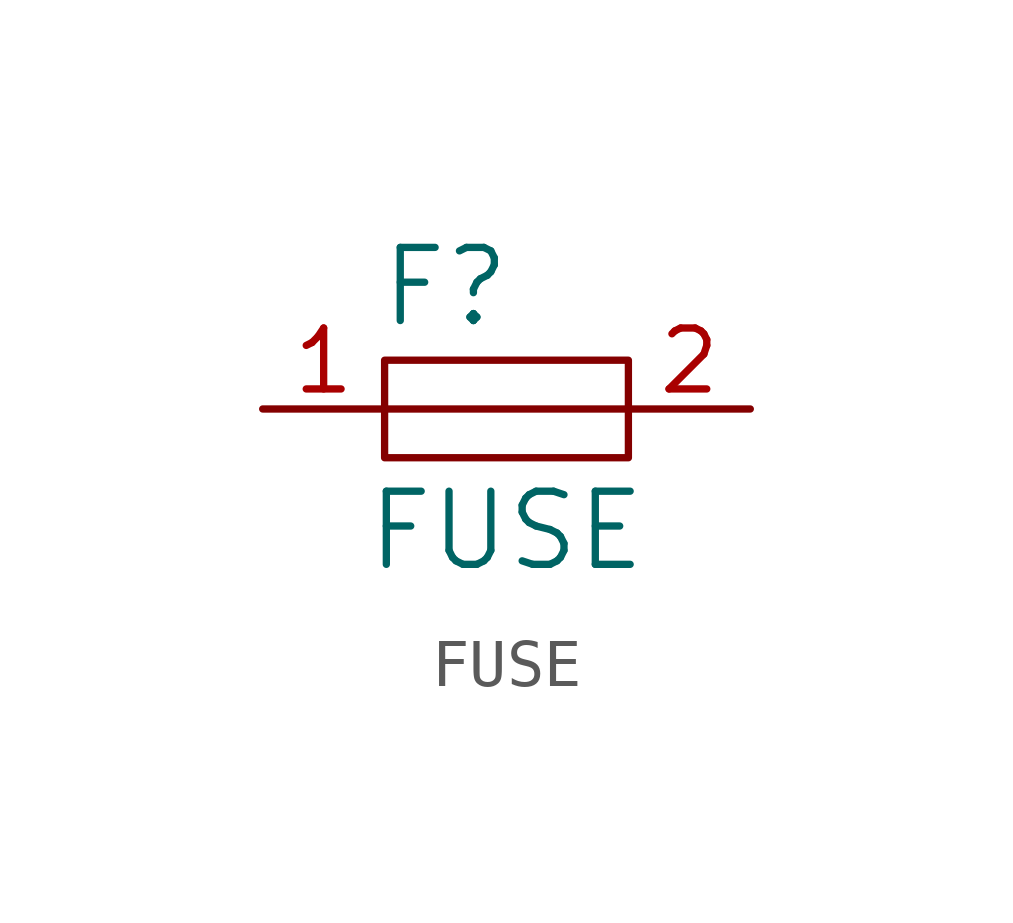
<source format=kicad_sym>
(kicad_symbol_lib
  (version 20211014)
  (generator kicad_symbol_editor)
  (symbol "FUSE"
    (pin_names
      (offset 1.016))
    (property "Reference" "F"
      (at -1.27 2.54 0)
      (effects (font (size 1.524 1.524))))
    (property "Value" "FUSE"
      (at 0 -2.54 0)
      (effects (font (size 1.524 1.524))))
    (property "Footprint" ""
      (at 0 0 0)
      (effects (font (size 1.524 1.524))))
    (property "Datasheet" ""
      (at 0 0 0)
      (effects (font (size 1.524 1.524))))
    (symbol "FUSE_0_1"
      (rectangle (start -2.54 1.016) (end 2.54 -1.016) (stroke (width 0) (type default) (color 0 0 0 0)) (fill (type none)))
      (polyline (pts (xy -2.54 0) (xy 2.54 0)) (stroke (width 0) (type default) (color 0 0 0 0)) (fill (type none))))
    (symbol "FUSE_1_1"
      (pin passive line (at -5.08 0 0) (length 2.54) (name "~" (effects (font (size 1.27 1.27)))) (number "1" (effects (font (size 1.27 1.27)))))
      (pin passive line (at 5.08 0 180) (length 2.54) (name "~" (effects (font (size 1.27 1.27)))) (number "2" (effects (font (size 1.27 1.27))))))))
</source>
